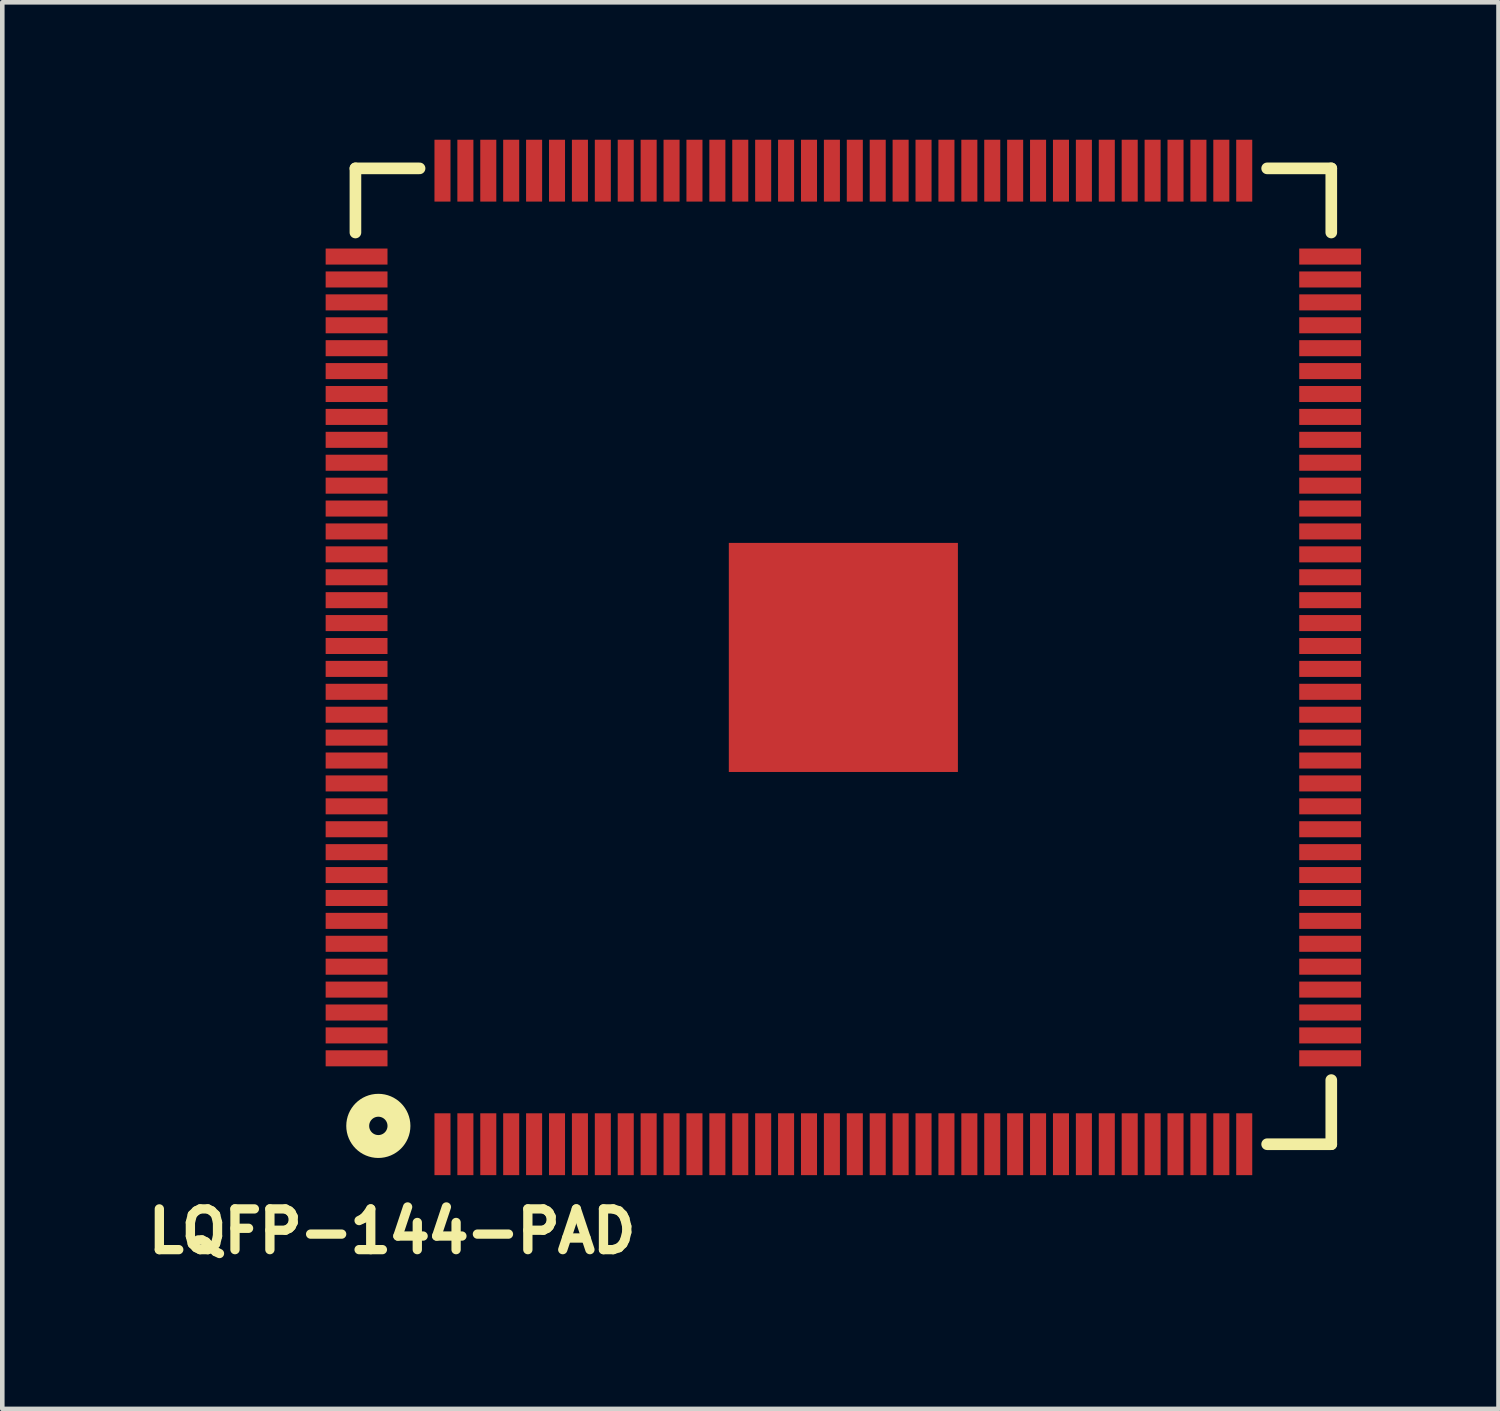
<source format=kicad_pcb>
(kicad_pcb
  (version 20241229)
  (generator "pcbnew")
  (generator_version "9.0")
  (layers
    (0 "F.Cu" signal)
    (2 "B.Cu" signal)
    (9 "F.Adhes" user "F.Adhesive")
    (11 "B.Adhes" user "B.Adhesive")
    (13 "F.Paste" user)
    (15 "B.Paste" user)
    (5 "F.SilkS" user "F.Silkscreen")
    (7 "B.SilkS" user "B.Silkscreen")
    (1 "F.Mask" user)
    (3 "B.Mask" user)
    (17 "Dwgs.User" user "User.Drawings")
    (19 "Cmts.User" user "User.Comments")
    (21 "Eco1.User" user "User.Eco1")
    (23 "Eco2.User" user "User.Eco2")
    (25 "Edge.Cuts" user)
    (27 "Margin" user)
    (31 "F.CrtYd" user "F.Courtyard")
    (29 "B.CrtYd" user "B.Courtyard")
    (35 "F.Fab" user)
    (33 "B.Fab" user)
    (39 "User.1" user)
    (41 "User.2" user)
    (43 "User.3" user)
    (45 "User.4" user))
  (footprint "LQFP-144-PAD"
    (layer "F.Cu")
    (at 6.608 21.925)
    (property "Reference" "LQFP-144-PAD" (at -1.1 1.9 0) (layer "F.SilkS") (effects (font (size 0.889 0.889) (thickness 0.203))))
    (attr through_hole)
    (fp_line (start -1.9 -21.3) (end -1.9 -19.9) (stroke (width 0.254) (type solid)) (layer "F.SilkS"))
    (fp_line (start -0.5 -21.3) (end -1.9 -21.3) (stroke (width 0.254) (type solid)) (layer "F.SilkS"))
    (fp_line (start 18 0) (end 19.4 0) (stroke (width 0.254) (type solid)) (layer "F.SilkS"))
    (fp_line (start 19.4 -21.3) (end 18 -21.3) (stroke (width 0.254) (type solid)) (layer "F.SilkS"))
    (fp_line (start 19.4 -19.9) (end 19.4 -21.3) (stroke (width 0.254) (type solid)) (layer "F.SilkS"))
    (fp_line (start 19.4 0) (end 19.4 -1.4) (stroke (width 0.254) (type solid)) (layer "F.SilkS"))
    (fp_circle (center -1.4 -0.4) (end -1.2 -0.4) (stroke (width 0.5) (type solid)) (fill no) (layer "F.SilkS"))
    (pad "1" smd rect (at 0 0) (size 0.35 1.35) (layers "F.Cu" "F.Mask" "F.Paste"))
    (pad "2" smd rect (at 0.5 0) (size 0.35 1.35) (layers "F.Cu" "F.Mask" "F.Paste"))
    (pad "3" smd rect (at 1 0) (size 0.35 1.35) (layers "F.Cu" "F.Mask" "F.Paste"))
    (pad "4" smd rect (at 1.5 0) (size 0.35 1.35) (layers "F.Cu" "F.Mask" "F.Paste"))
    (pad "5" smd rect (at 2 0) (size 0.35 1.35) (layers "F.Cu" "F.Mask" "F.Paste"))
    (pad "6" smd rect (at 2.5 0) (size 0.35 1.35) (layers "F.Cu" "F.Mask" "F.Paste"))
    (pad "7" smd rect (at 3 0) (size 0.35 1.35) (layers "F.Cu" "F.Mask" "F.Paste"))
    (pad "8" smd rect (at 3.5 0) (size 0.35 1.35) (layers "F.Cu" "F.Mask" "F.Paste"))
    (pad "9" smd rect (at 4 0) (size 0.35 1.35) (layers "F.Cu" "F.Mask" "F.Paste"))
    (pad "10" smd rect (at 4.5 0) (size 0.35 1.35) (layers "F.Cu" "F.Mask" "F.Paste"))
    (pad "11" smd rect (at 5 0) (size 0.35 1.35) (layers "F.Cu" "F.Mask" "F.Paste"))
    (pad "12" smd rect (at 5.5 0) (size 0.35 1.35) (layers "F.Cu" "F.Mask" "F.Paste"))
    (pad "13" smd rect (at 6 0) (size 0.35 1.35) (layers "F.Cu" "F.Mask" "F.Paste"))
    (pad "14" smd rect (at 6.5 0) (size 0.35 1.35) (layers "F.Cu" "F.Mask" "F.Paste"))
    (pad "15" smd rect (at 7 0) (size 0.35 1.35) (layers "F.Cu" "F.Mask" "F.Paste"))
    (pad "16" smd rect (at 7.5 0) (size 0.35 1.35) (layers "F.Cu" "F.Mask" "F.Paste"))
    (pad "17" smd rect (at 8 0) (size 0.35 1.35) (layers "F.Cu" "F.Mask" "F.Paste"))
    (pad "18" smd rect (at 8.5 0) (size 0.35 1.35) (layers "F.Cu" "F.Mask" "F.Paste"))
    (pad "19" smd rect (at 9 0) (size 0.35 1.35) (layers "F.Cu" "F.Mask" "F.Paste"))
    (pad "20" smd rect (at 9.5 0) (size 0.35 1.35) (layers "F.Cu" "F.Mask" "F.Paste"))
    (pad "21" smd rect (at 10 0) (size 0.35 1.35) (layers "F.Cu" "F.Mask" "F.Paste"))
    (pad "22" smd rect (at 10.5 0) (size 0.35 1.35) (layers "F.Cu" "F.Mask" "F.Paste"))
    (pad "23" smd rect (at 11 0) (size 0.35 1.35) (layers "F.Cu" "F.Mask" "F.Paste"))
    (pad "24" smd rect (at 11.5 0) (size 0.35 1.35) (layers "F.Cu" "F.Mask" "F.Paste"))
    (pad "25" smd rect (at 12 0) (size 0.35 1.35) (layers "F.Cu" "F.Mask" "F.Paste"))
    (pad "26" smd rect (at 12.5 0) (size 0.35 1.35) (layers "F.Cu" "F.Mask" "F.Paste"))
    (pad "27" smd rect (at 13 0) (size 0.35 1.35) (layers "F.Cu" "F.Mask" "F.Paste"))
    (pad "28" smd rect (at 13.5 0) (size 0.35 1.35) (layers "F.Cu" "F.Mask" "F.Paste"))
    (pad "29" smd rect (at 14 0) (size 0.35 1.35) (layers "F.Cu" "F.Mask" "F.Paste"))
    (pad "30" smd rect (at 14.5 0) (size 0.35 1.35) (layers "F.Cu" "F.Mask" "F.Paste"))
    (pad "31" smd rect (at 15 0) (size 0.35 1.35) (layers "F.Cu" "F.Mask" "F.Paste"))
    (pad "32" smd rect (at 15.5 0) (size 0.35 1.35) (layers "F.Cu" "F.Mask" "F.Paste"))
    (pad "33" smd rect (at 16 0) (size 0.35 1.35) (layers "F.Cu" "F.Mask" "F.Paste"))
    (pad "34" smd rect (at 16.5 0) (size 0.35 1.35) (layers "F.Cu" "F.Mask" "F.Paste"))
    (pad "35" smd rect (at 17 0) (size 0.35 1.35) (layers "F.Cu" "F.Mask" "F.Paste"))
    (pad "36" smd rect (at 17.5 0) (size 0.35 1.35) (layers "F.Cu" "F.Mask" "F.Paste"))
    (pad "37" smd rect (at 19.375 -1.875 90) (size 0.35 1.35) (layers "F.Cu" "F.Mask" "F.Paste"))
    (pad "38" smd rect (at 19.375 -2.375 90) (size 0.35 1.35) (layers "F.Cu" "F.Mask" "F.Paste"))
    (pad "39" smd rect (at 19.375 -2.875 90) (size 0.35 1.35) (layers "F.Cu" "F.Mask" "F.Paste"))
    (pad "40" smd rect (at 19.375 -3.375 90) (size 0.35 1.35) (layers "F.Cu" "F.Mask" "F.Paste"))
    (pad "41" smd rect (at 19.375 -3.875 90) (size 0.35 1.35) (layers "F.Cu" "F.Mask" "F.Paste"))
    (pad "42" smd rect (at 19.375 -4.375 90) (size 0.35 1.35) (layers "F.Cu" "F.Mask" "F.Paste"))
    (pad "43" smd rect (at 19.375 -4.875 90) (size 0.35 1.35) (layers "F.Cu" "F.Mask" "F.Paste"))
    (pad "44" smd rect (at 19.375 -5.375 90) (size 0.35 1.35) (layers "F.Cu" "F.Mask" "F.Paste"))
    (pad "45" smd rect (at 19.375 -5.875 90) (size 0.35 1.35) (layers "F.Cu" "F.Mask" "F.Paste"))
    (pad "46" smd rect (at 19.375 -6.375 90) (size 0.35 1.35) (layers "F.Cu" "F.Mask" "F.Paste"))
    (pad "47" smd rect (at 19.375 -6.875 90) (size 0.35 1.35) (layers "F.Cu" "F.Mask" "F.Paste"))
    (pad "48" smd rect (at 19.375 -7.375 90) (size 0.35 1.35) (layers "F.Cu" "F.Mask" "F.Paste"))
    (pad "49" smd rect (at 19.375 -7.875 90) (size 0.35 1.35) (layers "F.Cu" "F.Mask" "F.Paste"))
    (pad "50" smd rect (at 19.375 -8.375 90) (size 0.35 1.35) (layers "F.Cu" "F.Mask" "F.Paste"))
    (pad "51" smd rect (at 19.375 -8.875 90) (size 0.35 1.35) (layers "F.Cu" "F.Mask" "F.Paste"))
    (pad "52" smd rect (at 19.375 -9.375 90) (size 0.35 1.35) (layers "F.Cu" "F.Mask" "F.Paste"))
    (pad "53" smd rect (at 19.375 -9.875 90) (size 0.35 1.35) (layers "F.Cu" "F.Mask" "F.Paste"))
    (pad "54" smd rect (at 19.375 -10.375 90) (size 0.35 1.35) (layers "F.Cu" "F.Mask" "F.Paste"))
    (pad "55" smd rect (at 19.375 -10.875 90) (size 0.35 1.35) (layers "F.Cu" "F.Mask" "F.Paste"))
    (pad "56" smd rect (at 19.375 -11.375 90) (size 0.35 1.35) (layers "F.Cu" "F.Mask" "F.Paste"))
    (pad "57" smd rect (at 19.375 -11.875 90) (size 0.35 1.35) (layers "F.Cu" "F.Mask" "F.Paste"))
    (pad "58" smd rect (at 19.375 -12.375 90) (size 0.35 1.35) (layers "F.Cu" "F.Mask" "F.Paste"))
    (pad "59" smd rect (at 19.375 -12.875 90) (size 0.35 1.35) (layers "F.Cu" "F.Mask" "F.Paste"))
    (pad "60" smd rect (at 19.375 -13.375 90) (size 0.35 1.35) (layers "F.Cu" "F.Mask" "F.Paste"))
    (pad "61" smd rect (at 19.375 -13.875 90) (size 0.35 1.35) (layers "F.Cu" "F.Mask" "F.Paste"))
    (pad "62" smd rect (at 19.375 -14.375 90) (size 0.35 1.35) (layers "F.Cu" "F.Mask" "F.Paste"))
    (pad "63" smd rect (at 19.375 -14.875 90) (size 0.35 1.35) (layers "F.Cu" "F.Mask" "F.Paste"))
    (pad "64" smd rect (at 19.375 -15.375 90) (size 0.35 1.35) (layers "F.Cu" "F.Mask" "F.Paste"))
    (pad "65" smd rect (at 19.375 -15.875 90) (size 0.35 1.35) (layers "F.Cu" "F.Mask" "F.Paste"))
    (pad "66" smd rect (at 19.375 -16.375 90) (size 0.35 1.35) (layers "F.Cu" "F.Mask" "F.Paste"))
    (pad "67" smd rect (at 19.375 -16.875 90) (size 0.35 1.35) (layers "F.Cu" "F.Mask" "F.Paste"))
    (pad "68" smd rect (at 19.375 -17.375 90) (size 0.35 1.35) (layers "F.Cu" "F.Mask" "F.Paste"))
    (pad "69" smd rect (at 19.375 -17.875 90) (size 0.35 1.35) (layers "F.Cu" "F.Mask" "F.Paste"))
    (pad "70" smd rect (at 19.375 -18.375 90) (size 0.35 1.35) (layers "F.Cu" "F.Mask" "F.Paste"))
    (pad "71" smd rect (at 19.375 -18.875 90) (size 0.35 1.35) (layers "F.Cu" "F.Mask" "F.Paste"))
    (pad "72" smd rect (at 19.375 -19.375 90) (size 0.35 1.35) (layers "F.Cu" "F.Mask" "F.Paste"))
    (pad "73" smd rect (at 17.5 -21.25 180) (size 0.35 1.35) (layers "F.Cu" "F.Mask" "F.Paste"))
    (pad "74" smd rect (at 17 -21.25 180) (size 0.35 1.35) (layers "F.Cu" "F.Mask" "F.Paste"))
    (pad "75" smd rect (at 16.5 -21.25 180) (size 0.35 1.35) (layers "F.Cu" "F.Mask" "F.Paste"))
    (pad "76" smd rect (at 16 -21.25 180) (size 0.35 1.35) (layers "F.Cu" "F.Mask" "F.Paste"))
    (pad "77" smd rect (at 15.5 -21.25 180) (size 0.35 1.35) (layers "F.Cu" "F.Mask" "F.Paste"))
    (pad "78" smd rect (at 15 -21.25 180) (size 0.35 1.35) (layers "F.Cu" "F.Mask" "F.Paste"))
    (pad "79" smd rect (at 14.5 -21.25 180) (size 0.35 1.35) (layers "F.Cu" "F.Mask" "F.Paste"))
    (pad "80" smd rect (at 14 -21.25 180) (size 0.35 1.35) (layers "F.Cu" "F.Mask" "F.Paste"))
    (pad "81" smd rect (at 13.5 -21.25 180) (size 0.35 1.35) (layers "F.Cu" "F.Mask" "F.Paste"))
    (pad "82" smd rect (at 13 -21.25 180) (size 0.35 1.35) (layers "F.Cu" "F.Mask" "F.Paste"))
    (pad "83" smd rect (at 12.5 -21.25 180) (size 0.35 1.35) (layers "F.Cu" "F.Mask" "F.Paste"))
    (pad "84" smd rect (at 12 -21.25 180) (size 0.35 1.35) (layers "F.Cu" "F.Mask" "F.Paste"))
    (pad "85" smd rect (at 11.5 -21.25 180) (size 0.35 1.35) (layers "F.Cu" "F.Mask" "F.Paste"))
    (pad "86" smd rect (at 11 -21.25 180) (size 0.35 1.35) (layers "F.Cu" "F.Mask" "F.Paste"))
    (pad "87" smd rect (at 10.5 -21.25 180) (size 0.35 1.35) (layers "F.Cu" "F.Mask" "F.Paste"))
    (pad "88" smd rect (at 10 -21.25 180) (size 0.35 1.35) (layers "F.Cu" "F.Mask" "F.Paste"))
    (pad "89" smd rect (at 9.5 -21.25 180) (size 0.35 1.35) (layers "F.Cu" "F.Mask" "F.Paste"))
    (pad "90" smd rect (at 9 -21.25 180) (size 0.35 1.35) (layers "F.Cu" "F.Mask" "F.Paste"))
    (pad "91" smd rect (at 8.5 -21.25 180) (size 0.35 1.35) (layers "F.Cu" "F.Mask" "F.Paste"))
    (pad "92" smd rect (at 8 -21.25 180) (size 0.35 1.35) (layers "F.Cu" "F.Mask" "F.Paste"))
    (pad "93" smd rect (at 7.5 -21.25 180) (size 0.35 1.35) (layers "F.Cu" "F.Mask" "F.Paste"))
    (pad "94" smd rect (at 7 -21.25 180) (size 0.35 1.35) (layers "F.Cu" "F.Mask" "F.Paste"))
    (pad "95" smd rect (at 6.5 -21.25 180) (size 0.35 1.35) (layers "F.Cu" "F.Mask" "F.Paste"))
    (pad "96" smd rect (at 6 -21.25 180) (size 0.35 1.35) (layers "F.Cu" "F.Mask" "F.Paste"))
    (pad "97" smd rect (at 5.5 -21.25 180) (size 0.35 1.35) (layers "F.Cu" "F.Mask" "F.Paste"))
    (pad "98" smd rect (at 5 -21.25 180) (size 0.35 1.35) (layers "F.Cu" "F.Mask" "F.Paste"))
    (pad "99" smd rect (at 4.5 -21.25 180) (size 0.35 1.35) (layers "F.Cu" "F.Mask" "F.Paste"))
    (pad "100" smd rect (at 4 -21.25 180) (size 0.35 1.35) (layers "F.Cu" "F.Mask" "F.Paste"))
    (pad "101" smd rect (at 3.5 -21.25 180) (size 0.35 1.35) (layers "F.Cu" "F.Mask" "F.Paste"))
    (pad "102" smd rect (at 3 -21.25 180) (size 0.35 1.35) (layers "F.Cu" "F.Mask" "F.Paste"))
    (pad "103" smd rect (at 2.5 -21.25 180) (size 0.35 1.35) (layers "F.Cu" "F.Mask" "F.Paste"))
    (pad "104" smd rect (at 2 -21.25 180) (size 0.35 1.35) (layers "F.Cu" "F.Mask" "F.Paste"))
    (pad "105" smd rect (at 1.5 -21.25 180) (size 0.35 1.35) (layers "F.Cu" "F.Mask" "F.Paste"))
    (pad "106" smd rect (at 1 -21.25 180) (size 0.35 1.35) (layers "F.Cu" "F.Mask" "F.Paste"))
    (pad "107" smd rect (at 0.5 -21.25 180) (size 0.35 1.35) (layers "F.Cu" "F.Mask" "F.Paste"))
    (pad "108" smd rect (at 0 -21.25 180) (size 0.35 1.35) (layers "F.Cu" "F.Mask" "F.Paste"))
    (pad "109" smd rect (at -1.875 -19.375 90) (size 0.35 1.35) (layers "F.Cu" "F.Mask" "F.Paste"))
    (pad "110" smd rect (at -1.875 -18.875 90) (size 0.35 1.35) (layers "F.Cu" "F.Mask" "F.Paste"))
    (pad "111" smd rect (at -1.875 -18.375 90) (size 0.35 1.35) (layers "F.Cu" "F.Mask" "F.Paste"))
    (pad "112" smd rect (at -1.875 -17.875 90) (size 0.35 1.35) (layers "F.Cu" "F.Mask" "F.Paste"))
    (pad "113" smd rect (at -1.875 -17.375 90) (size 0.35 1.35) (layers "F.Cu" "F.Mask" "F.Paste"))
    (pad "114" smd rect (at -1.875 -16.875 90) (size 0.35 1.35) (layers "F.Cu" "F.Mask" "F.Paste"))
    (pad "115" smd rect (at -1.875 -16.375 90) (size 0.35 1.35) (layers "F.Cu" "F.Mask" "F.Paste"))
    (pad "116" smd rect (at -1.875 -15.875 90) (size 0.35 1.35) (layers "F.Cu" "F.Mask" "F.Paste"))
    (pad "117" smd rect (at -1.875 -15.375 90) (size 0.35 1.35) (layers "F.Cu" "F.Mask" "F.Paste"))
    (pad "118" smd rect (at -1.875 -14.875 90) (size 0.35 1.35) (layers "F.Cu" "F.Mask" "F.Paste"))
    (pad "119" smd rect (at -1.875 -14.375 90) (size 0.35 1.35) (layers "F.Cu" "F.Mask" "F.Paste"))
    (pad "120" smd rect (at -1.875 -13.875 90) (size 0.35 1.35) (layers "F.Cu" "F.Mask" "F.Paste"))
    (pad "121" smd rect (at -1.875 -13.375 90) (size 0.35 1.35) (layers "F.Cu" "F.Mask" "F.Paste"))
    (pad "122" smd rect (at -1.875 -12.875 90) (size 0.35 1.35) (layers "F.Cu" "F.Mask" "F.Paste"))
    (pad "123" smd rect (at -1.875 -12.375 90) (size 0.35 1.35) (layers "F.Cu" "F.Mask" "F.Paste"))
    (pad "124" smd rect (at -1.875 -11.875 90) (size 0.35 1.35) (layers "F.Cu" "F.Mask" "F.Paste"))
    (pad "125" smd rect (at -1.875 -11.375 90) (size 0.35 1.35) (layers "F.Cu" "F.Mask" "F.Paste"))
    (pad "126" smd rect (at -1.875 -10.875 90) (size 0.35 1.35) (layers "F.Cu" "F.Mask" "F.Paste"))
    (pad "127" smd rect (at -1.875 -10.375 90) (size 0.35 1.35) (layers "F.Cu" "F.Mask" "F.Paste"))
    (pad "128" smd rect (at -1.875 -9.875 90) (size 0.35 1.35) (layers "F.Cu" "F.Mask" "F.Paste"))
    (pad "129" smd rect (at -1.875 -9.375 90) (size 0.35 1.35) (layers "F.Cu" "F.Mask" "F.Paste"))
    (pad "130" smd rect (at -1.875 -8.875 90) (size 0.35 1.35) (layers "F.Cu" "F.Mask" "F.Paste"))
    (pad "131" smd rect (at -1.875 -8.375 90) (size 0.35 1.35) (layers "F.Cu" "F.Mask" "F.Paste"))
    (pad "132" smd rect (at -1.875 -7.875 90) (size 0.35 1.35) (layers "F.Cu" "F.Mask" "F.Paste"))
    (pad "133" smd rect (at -1.875 -7.375 90) (size 0.35 1.35) (layers "F.Cu" "F.Mask" "F.Paste"))
    (pad "134" smd rect (at -1.875 -6.875 90) (size 0.35 1.35) (layers "F.Cu" "F.Mask" "F.Paste"))
    (pad "135" smd rect (at -1.875 -6.375 90) (size 0.35 1.35) (layers "F.Cu" "F.Mask" "F.Paste"))
    (pad "136" smd rect (at -1.875 -5.875 90) (size 0.35 1.35) (layers "F.Cu" "F.Mask" "F.Paste"))
    (pad "137" smd rect (at -1.875 -5.375 90) (size 0.35 1.35) (layers "F.Cu" "F.Mask" "F.Paste"))
    (pad "138" smd rect (at -1.875 -4.875 90) (size 0.35 1.35) (layers "F.Cu" "F.Mask" "F.Paste"))
    (pad "139" smd rect (at -1.875 -4.375 90) (size 0.35 1.35) (layers "F.Cu" "F.Mask" "F.Paste"))
    (pad "140" smd rect (at -1.875 -3.875 90) (size 0.35 1.35) (layers "F.Cu" "F.Mask" "F.Paste"))
    (pad "141" smd rect (at -1.875 -3.375 90) (size 0.35 1.35) (layers "F.Cu" "F.Mask" "F.Paste"))
    (pad "142" smd rect (at -1.875 -2.875 90) (size 0.35 1.35) (layers "F.Cu" "F.Mask" "F.Paste"))
    (pad "143" smd rect (at -1.875 -2.375 90) (size 0.35 1.35) (layers "F.Cu" "F.Mask" "F.Paste"))
    (pad "144" smd rect (at -1.875 -1.875 90) (size 0.35 1.35) (layers "F.Cu" "F.Mask" "F.Paste"))
    (pad "PAD" smd rect (at 8.75 -10.625) (size 5 5) (layers "F.Cu" "F.Mask" "F.Paste")))
  (gr_rect
    (start -3 -3)
    (end 29.658 27.702)
    (stroke (width 0.1) (type default))
    (fill no)
    (layer "Edge.Cuts")))
</source>
